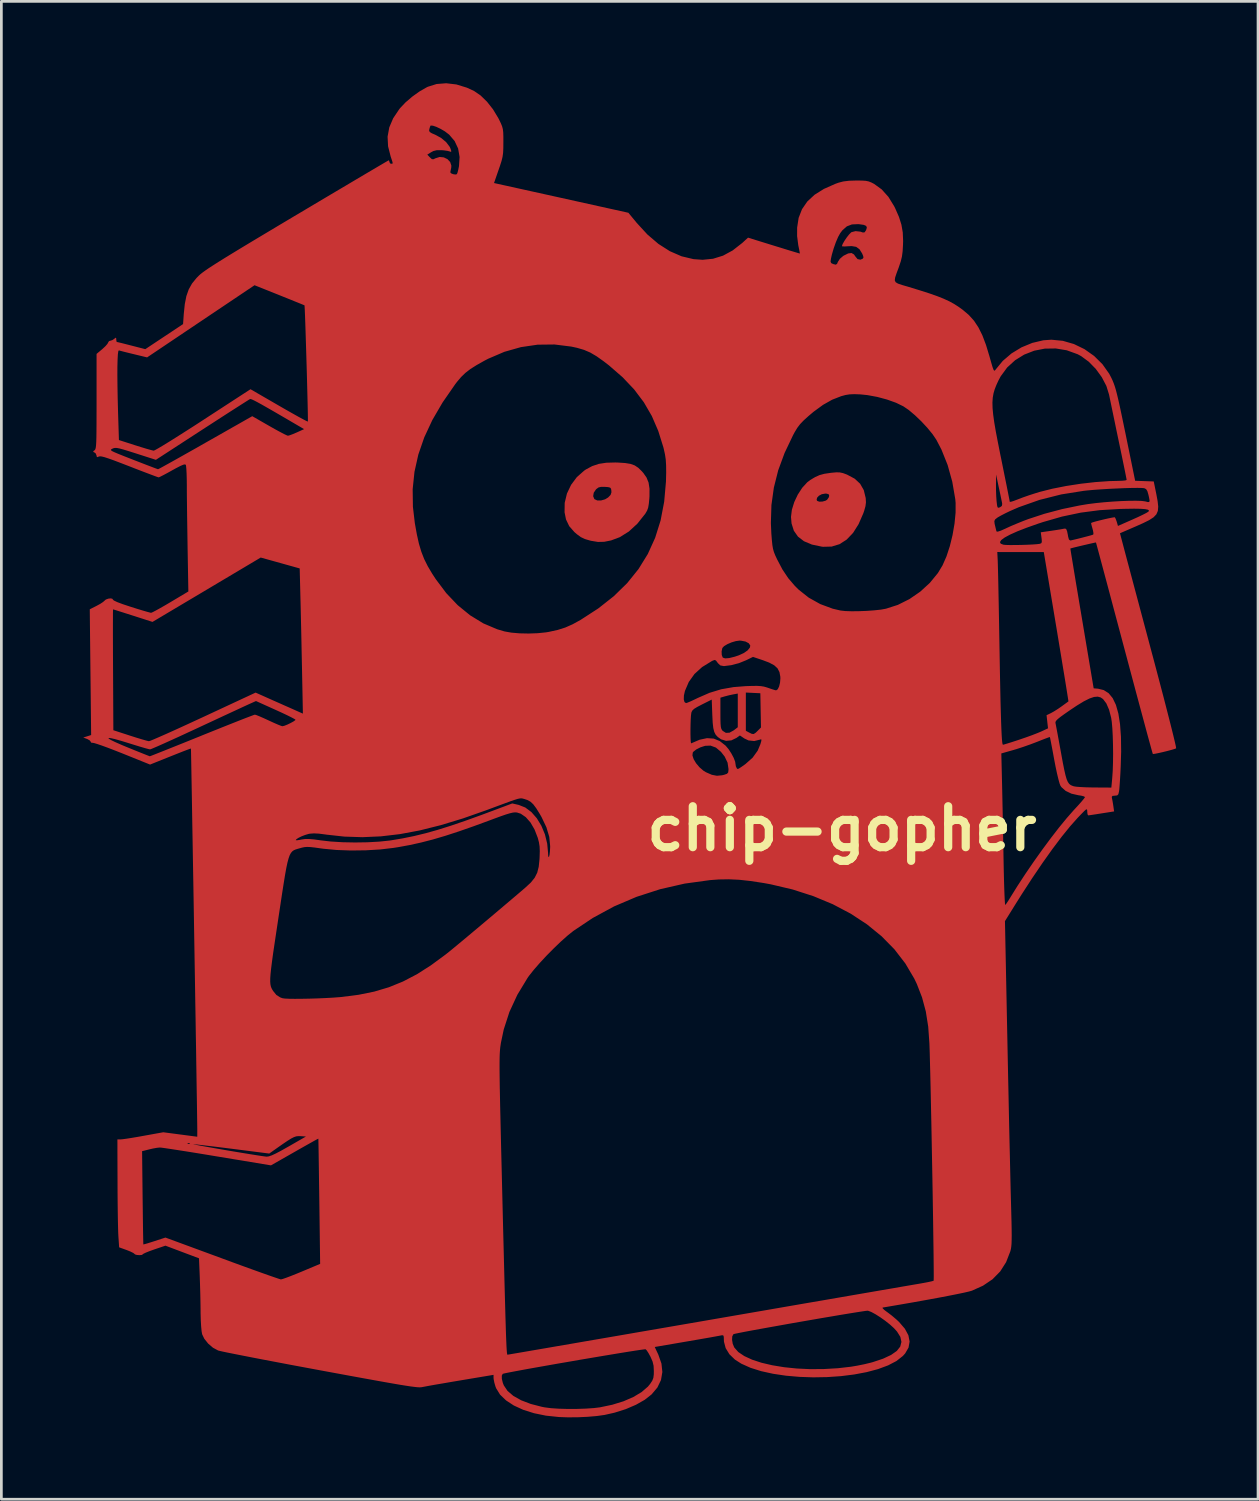
<source format=kicad_pcb>
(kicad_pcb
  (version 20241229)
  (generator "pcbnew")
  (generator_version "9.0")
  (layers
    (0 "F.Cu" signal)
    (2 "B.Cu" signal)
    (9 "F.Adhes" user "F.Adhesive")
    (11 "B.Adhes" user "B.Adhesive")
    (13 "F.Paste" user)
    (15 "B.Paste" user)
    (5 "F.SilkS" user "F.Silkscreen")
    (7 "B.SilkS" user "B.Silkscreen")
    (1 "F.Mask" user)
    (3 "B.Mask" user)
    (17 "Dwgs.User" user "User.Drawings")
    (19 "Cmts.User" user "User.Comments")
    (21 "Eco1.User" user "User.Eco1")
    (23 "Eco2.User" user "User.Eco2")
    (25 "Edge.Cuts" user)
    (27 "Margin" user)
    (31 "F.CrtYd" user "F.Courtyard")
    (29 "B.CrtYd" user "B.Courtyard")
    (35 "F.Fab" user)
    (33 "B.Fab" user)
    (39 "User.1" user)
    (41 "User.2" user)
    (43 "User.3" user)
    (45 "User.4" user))
  (footprint "chip-gopher"
    (layer "F.Cu")
    (at 27.796 27.31)
    (property "Reference" "chip-gopher" (at 0 0 0) (layer "F.SilkS") (effects (font (size 1.5 1.5) (thickness 0.3))))
    (attr board_only exclude_from_pos_files exclude_from_bom)
    (fp_poly (pts (xy -0.079 -13.052) (xy 0.038 -13.027) (xy 0.179 -12.975) (xy 0.188 -12.971) (xy 0.463 -12.825) (xy 0.666 -12.638) (xy 0.8 -12.404) (xy 0.87 -12.117) (xy 0.872 -12.099) (xy 0.88 -11.955) (xy 0.863 -11.817) (xy 0.817 -11.651) (xy 0.784 -11.555) (xy 0.611 -11.158) (xy 0.408 -10.836) (xy 0.174 -10.591) (xy -0.087 -10.423) (xy -0.376 -10.335) (xy -0.691 -10.327) (xy -0.741 -10.333) (xy -1.101 -10.409) (xy -1.391 -10.531) (xy -1.611 -10.7) (xy -1.762 -10.916) (xy -1.846 -11.183) (xy -1.866 -11.421) (xy -1.834 -11.683) (xy -1.747 -11.963) (xy -1.709 -12.045) (xy -0.927 -12.045) (xy -0.905 -12.007) (xy -0.829 -11.98) (xy -0.714 -11.984) (xy -0.601 -12.015) (xy -0.544 -12.049) (xy -0.483 -12.135) (xy -0.466 -12.198) (xy -0.486 -12.252) (xy -0.559 -12.274) (xy -0.615 -12.276) (xy -0.739 -12.253) (xy -0.844 -12.197) (xy -0.912 -12.122) (xy -0.927 -12.045) (xy -1.709 -12.045) (xy -1.617 -12.239) (xy -1.455 -12.489) (xy -1.272 -12.689) (xy -1.162 -12.774) (xy -0.98 -12.882) (xy -0.819 -12.954) (xy -0.644 -13.001) (xy -0.424 -13.034) (xy -0.383 -13.039) (xy -0.207 -13.055)) (stroke (width 0) (type solid)) (fill yes) (layer "F.Cu"))
    (fp_poly (pts (xy -8.206 -13.413) (xy -7.944 -13.396) (xy -7.746 -13.364) (xy -7.591 -13.308) (xy -7.458 -13.219) (xy -7.326 -13.089) (xy -7.278 -13.034) (xy -7.159 -12.865) (xy -7.084 -12.679) (xy -7.05 -12.457) (xy -7.051 -12.179) (xy -7.056 -12.099) (xy -7.075 -11.901) (xy -7.099 -11.761) (xy -7.137 -11.654) (xy -7.195 -11.554) (xy -7.209 -11.533) (xy -7.496 -11.172) (xy -7.808 -10.886) (xy -8.14 -10.679) (xy -8.458 -10.56) (xy -8.712 -10.51) (xy -8.939 -10.505) (xy -9.184 -10.545) (xy -9.223 -10.554) (xy -9.414 -10.61) (xy -9.565 -10.681) (xy -9.711 -10.788) (xy -9.802 -10.867) (xy -9.991 -11.082) (xy -10.109 -11.328) (xy -10.162 -11.592) (xy -10.157 -11.937) (xy -10.098 -12.181) (xy -9.114 -12.181) (xy -9.071 -12.077) (xy -9.066 -12.072) (xy -8.965 -12.025) (xy -8.826 -12.024) (xy -8.678 -12.066) (xy -8.567 -12.133) (xy -8.476 -12.227) (xy -8.445 -12.32) (xy -8.447 -12.377) (xy -8.459 -12.454) (xy -8.493 -12.495) (xy -8.57 -12.514) (xy -8.682 -12.522) (xy -8.824 -12.523) (xy -8.917 -12.501) (xy -8.994 -12.445) (xy -9.011 -12.429) (xy -9.093 -12.307) (xy -9.114 -12.181) (xy -10.098 -12.181) (xy -10.075 -12.277) (xy -9.923 -12.597) (xy -9.71 -12.882) (xy -9.442 -13.118) (xy -9.38 -13.16) (xy -9.149 -13.284) (xy -8.907 -13.365) (xy -8.631 -13.407) (xy -8.301 -13.416)) (stroke (width 0) (type solid)) (fill yes) (layer "F.Cu"))
    (fp_poly (pts (xy -14.126 -27.266) (xy -13.743 -27.149) (xy -13.474 -27.024) (xy -13.238 -26.862) (xy -13.002 -26.632) (xy -12.782 -26.352) (xy -12.592 -26.038) (xy -12.56 -25.976) (xy -12.494 -25.839) (xy -12.45 -25.731) (xy -12.423 -25.629) (xy -12.409 -25.509) (xy -12.404 -25.348) (xy -12.404 -25.148) (xy -12.406 -24.925) (xy -12.414 -24.756) (xy -12.434 -24.613) (xy -12.47 -24.466) (xy -12.527 -24.286) (xy -12.576 -24.145) (xy -12.746 -23.654) (xy -10.285 -23.11) (xy -7.824 -22.565) (xy -7.516 -22.192) (xy -7.127 -21.769) (xy -6.722 -21.423) (xy -6.304 -21.157) (xy -5.875 -20.97) (xy -5.439 -20.866) (xy -5.104 -20.842) (xy -4.722 -20.88) (xy -4.357 -20.993) (xy -4.004 -21.184) (xy -3.654 -21.457) (xy -3.618 -21.49) (xy -3.44 -21.653) (xy -2.494 -21.36) (xy -2.226 -21.278) (xy -1.988 -21.204) (xy -1.789 -21.144) (xy -1.642 -21.1) (xy -1.558 -21.075) (xy -1.542 -21.071) (xy -1.547 -21.111) (xy -1.566 -21.213) (xy -1.595 -21.355) (xy -1.599 -21.372) (xy -1.642 -21.71) (xy -1.641 -22.021) (xy -1.586 -22.379) (xy -1.462 -22.697) (xy -1.268 -22.978) (xy -1.002 -23.225) (xy -0.66 -23.439) (xy -0.24 -23.625) (xy -0.127 -23.666) (xy 0.05 -23.712) (xy 0.261 -23.738) (xy 0.53 -23.746) (xy 0.731 -23.744) (xy 0.873 -23.735) (xy 0.98 -23.713) (xy 1.079 -23.674) (xy 1.181 -23.621) (xy 1.457 -23.421) (xy 1.704 -23.146) (xy 1.916 -22.8) (xy 1.95 -22.732) (xy 2.09 -22.413) (xy 2.18 -22.127) (xy 2.229 -21.844) (xy 2.242 -21.533) (xy 2.238 -21.393) (xy 2.224 -21.154) (xy 2.199 -20.962) (xy 2.155 -20.781) (xy 2.085 -20.573) (xy 2.083 -20.566) (xy 2.001 -20.347) (xy 1.95 -20.194) (xy 1.936 -20.09) (xy 1.968 -20.021) (xy 2.054 -19.969) (xy 2.202 -19.919) (xy 2.42 -19.856) (xy 2.446 -19.848) (xy 2.86 -19.721) (xy 3.203 -19.611) (xy 3.488 -19.511) (xy 3.726 -19.416) (xy 3.929 -19.323) (xy 4.108 -19.225) (xy 4.275 -19.118) (xy 4.431 -19.005) (xy 4.651 -18.818) (xy 4.839 -18.609) (xy 5.001 -18.364) (xy 5.146 -18.073) (xy 5.279 -17.721) (xy 5.407 -17.298) (xy 5.41 -17.288) (xy 5.473 -17.064) (xy 5.518 -16.912) (xy 5.551 -16.821) (xy 5.577 -16.781) (xy 5.6 -16.782) (xy 5.626 -16.812) (xy 5.635 -16.825) (xy 5.894 -17.139) (xy 6.214 -17.412) (xy 6.579 -17.634) (xy 6.974 -17.797) (xy 7.38 -17.893) (xy 7.675 -17.914) (xy 8.093 -17.873) (xy 8.501 -17.755) (xy 8.887 -17.568) (xy 9.239 -17.319) (xy 9.544 -17.017) (xy 9.791 -16.669) (xy 9.871 -16.516) (xy 9.916 -16.419) (xy 9.957 -16.319) (xy 9.996 -16.208) (xy 10.036 -16.076) (xy 10.078 -15.914) (xy 10.126 -15.713) (xy 10.182 -15.464) (xy 10.247 -15.157) (xy 10.325 -14.783) (xy 10.394 -14.451) (xy 10.743 -12.746) (xy 11.084 -12.733) (xy 11.424 -12.721) (xy 11.519 -12.255) (xy 11.566 -12) (xy 11.588 -11.8) (xy 11.575 -11.643) (xy 11.521 -11.517) (xy 11.418 -11.408) (xy 11.257 -11.304) (xy 11.031 -11.192) (xy 10.798 -11.088) (xy 10.187 -10.823) (xy 10.351 -10.203) (xy 10.388 -10.063) (xy 10.445 -9.849) (xy 10.52 -9.569) (xy 10.61 -9.23) (xy 10.714 -8.84) (xy 10.83 -8.406) (xy 10.955 -7.937) (xy 11.088 -7.44) (xy 11.226 -6.923) (xy 11.367 -6.393) (xy 11.399 -6.276) (xy 11.535 -5.763) (xy 11.664 -5.273) (xy 11.785 -4.814) (xy 11.894 -4.39) (xy 11.992 -4.009) (xy 12.076 -3.676) (xy 12.145 -3.398) (xy 12.197 -3.181) (xy 12.231 -3.03) (xy 12.245 -2.952) (xy 12.244 -2.943) (xy 12.185 -2.919) (xy 12.069 -2.885) (xy 11.918 -2.845) (xy 11.755 -2.805) (xy 11.6 -2.77) (xy 11.475 -2.745) (xy 11.401 -2.735) (xy 11.391 -2.737) (xy 11.377 -2.78) (xy 11.343 -2.899) (xy 11.291 -3.089) (xy 11.221 -3.343) (xy 11.136 -3.657) (xy 11.037 -4.025) (xy 10.925 -4.44) (xy 10.802 -4.897) (xy 10.67 -5.391) (xy 10.53 -5.915) (xy 10.383 -6.465) (xy 10.343 -6.615) (xy 10.195 -7.17) (xy 10.053 -7.701) (xy 9.919 -8.203) (xy 9.795 -8.67) (xy 9.681 -9.096) (xy 9.579 -9.476) (xy 9.491 -9.804) (xy 9.419 -10.074) (xy 9.363 -10.281) (xy 9.326 -10.419) (xy 9.308 -10.482) (xy 9.307 -10.485) (xy 9.267 -10.479) (xy 9.165 -10.457) (xy 9.021 -10.424) (xy 8.854 -10.385) (xy 8.686 -10.345) (xy 8.535 -10.309) (xy 8.423 -10.28) (xy 8.369 -10.264) (xy 8.375 -10.223) (xy 8.393 -10.106) (xy 8.424 -9.919) (xy 8.465 -9.67) (xy 8.515 -9.366) (xy 8.573 -9.014) (xy 8.639 -8.622) (xy 8.71 -8.196) (xy 8.786 -7.744) (xy 8.793 -7.702) (xy 9.223 -5.141) (xy 9.383 -5.128) (xy 9.592 -5.077) (xy 9.771 -4.963) (xy 9.919 -4.783) (xy 10.038 -4.536) (xy 10.128 -4.218) (xy 10.189 -3.829) (xy 10.223 -3.365) (xy 10.23 -2.824) (xy 10.214 -2.29) (xy 10.202 -2.032) (xy 10.188 -1.792) (xy 10.174 -1.589) (xy 10.162 -1.439) (xy 10.153 -1.368) (xy 10.128 -1.263) (xy 10.085 -1.218) (xy 9.999 -1.209) (xy 9.911 -1.2) (xy 9.886 -1.162) (xy 9.894 -1.113) (xy 9.914 -1.012) (xy 9.937 -0.873) (xy 9.944 -0.825) (xy 9.972 -0.632) (xy 9.513 -0.56) (xy 9.324 -0.53) (xy 9.166 -0.506) (xy 9.059 -0.491) (xy 9.021 -0.487) (xy 8.999 -0.525) (xy 8.988 -0.615) (xy 8.988 -0.625) (xy 8.985 -0.682) (xy 8.973 -0.709) (xy 8.941 -0.7) (xy 8.88 -0.647) (xy 8.78 -0.546) (xy 8.643 -0.403) (xy 8.363 -0.089) (xy 8.051 0.296) (xy 7.712 0.746) (xy 7.349 1.256) (xy 6.968 1.818) (xy 6.572 2.428) (xy 6.341 2.796) (xy 5.973 3.388) (xy 6.061 7.715) (xy 6.074 8.356) (xy 6.087 9.001) (xy 6.101 9.642) (xy 6.114 10.271) (xy 6.127 10.879) (xy 6.14 11.457) (xy 6.153 11.995) (xy 6.164 12.486) (xy 6.174 12.921) (xy 6.183 13.291) (xy 6.191 13.586) (xy 6.193 13.647) (xy 6.204 14.064) (xy 6.213 14.406) (xy 6.218 14.682) (xy 6.22 14.901) (xy 6.218 15.071) (xy 6.214 15.203) (xy 6.205 15.306) (xy 6.193 15.388) (xy 6.177 15.458) (xy 6.168 15.489) (xy 6.015 15.883) (xy 5.798 16.223) (xy 5.517 16.509) (xy 5.169 16.744) (xy 4.763 16.927) (xy 4.654 16.958) (xy 4.468 17.001) (xy 4.213 17.054) (xy 3.896 17.117) (xy 3.524 17.188) (xy 3.104 17.265) (xy 2.642 17.348) (xy 2.148 17.434) (xy 1.627 17.523) (xy 1.489 17.546) (xy 1.491 17.572) (xy 1.551 17.631) (xy 1.656 17.711) (xy 1.659 17.712) (xy 1.819 17.833) (xy 1.991 17.978) (xy 2.093 18.073) (xy 2.306 18.321) (xy 2.435 18.56) (xy 2.48 18.791) (xy 2.44 19.013) (xy 2.317 19.226) (xy 2.233 19.319) (xy 1.998 19.504) (xy 1.691 19.664) (xy 1.324 19.8) (xy 0.907 19.911) (xy 0.451 19.997) (xy -0.034 20.058) (xy -0.537 20.093) (xy -1.047 20.102) (xy -1.555 20.085) (xy -2.05 20.042) (xy -2.521 19.972) (xy -2.957 19.876) (xy -3.349 19.753) (xy -3.685 19.602) (xy -3.919 19.453) (xy -4.122 19.257) (xy -4.259 19.033) (xy -4.322 18.797) (xy -4.325 18.731) (xy -4.325 18.728) (xy -4.025 18.728) (xy -4.001 18.873) (xy -3.945 19.006) (xy -3.944 19.008) (xy -3.798 19.174) (xy -3.577 19.323) (xy -3.29 19.455) (xy -2.945 19.568) (xy -2.551 19.66) (xy -2.117 19.731) (xy -1.65 19.779) (xy -1.161 19.802) (xy -0.656 19.798) (xy -0.146 19.768) (xy 0.331 19.713) (xy 0.568 19.673) (xy 0.825 19.621) (xy 1.056 19.565) (xy 1.129 19.545) (xy 1.507 19.419) (xy 1.8 19.282) (xy 2.01 19.135) (xy 2.136 18.976) (xy 2.18 18.805) (xy 2.141 18.621) (xy 2.019 18.425) (xy 1.907 18.301) (xy 1.762 18.169) (xy 1.589 18.032) (xy 1.406 17.902) (xy 1.229 17.79) (xy 1.076 17.707) (xy 0.963 17.664) (xy 0.937 17.661) (xy 0.867 17.668) (xy 0.725 17.689) (xy 0.52 17.721) (xy 0.26 17.763) (xy -0.044 17.813) (xy -0.384 17.871) (xy -0.752 17.933) (xy -1.137 18) (xy -1.53 18.068) (xy -1.924 18.137) (xy -2.308 18.206) (xy -2.673 18.271) (xy -3.011 18.332) (xy -3.313 18.387) (xy -3.569 18.435) (xy -3.77 18.475) (xy -3.907 18.503) (xy -3.972 18.519) (xy -3.975 18.521) (xy -4.018 18.601) (xy -4.025 18.728) (xy -4.325 18.728) (xy -4.329 18.616) (xy -4.348 18.565) (xy -4.394 18.56) (xy -4.421 18.565) (xy -4.486 18.578) (xy -4.624 18.603) (xy -4.821 18.639) (xy -5.067 18.682) (xy -5.35 18.731) (xy -5.657 18.784) (xy -5.687 18.789) (xy -6.858 18.99) (xy -6.727 19.269) (xy -6.612 19.597) (xy -6.579 19.907) (xy -6.629 20.2) (xy -6.761 20.475) (xy -6.976 20.73) (xy -6.977 20.73) (xy -7.227 20.926) (xy -7.546 21.107) (xy -7.919 21.267) (xy -8.331 21.397) (xy -8.695 21.479) (xy -8.977 21.519) (xy -9.316 21.548) (xy -9.684 21.565) (xy -10.054 21.567) (xy -10.368 21.556) (xy -10.844 21.506) (xy -11.283 21.416) (xy -11.678 21.291) (xy -12.022 21.133) (xy -12.306 20.947) (xy -12.525 20.736) (xy -12.669 20.502) (xy -12.693 20.44) (xy -12.735 20.296) (xy -12.76 20.167) (xy -12.764 20.122) (xy -12.764 20.041) (xy -12.462 20.041) (xy -12.459 20.16) (xy -12.423 20.308) (xy -12.387 20.398) (xy -12.251 20.6) (xy -12.037 20.783) (xy -11.751 20.943) (xy -11.4 21.077) (xy -10.989 21.183) (xy -10.883 21.203) (xy -10.659 21.232) (xy -10.374 21.251) (xy -10.051 21.26) (xy -9.713 21.259) (xy -9.385 21.248) (xy -9.089 21.228) (xy -8.866 21.201) (xy -8.414 21.106) (xy -8.002 20.979) (xy -7.641 20.822) (xy -7.339 20.641) (xy -7.107 20.441) (xy -7.024 20.339) (xy -6.949 20.225) (xy -6.909 20.122) (xy -6.893 19.995) (xy -6.891 19.873) (xy -6.9 19.681) (xy -6.937 19.524) (xy -7.012 19.352) (xy -7.017 19.342) (xy -7.089 19.211) (xy -7.152 19.115) (xy -7.192 19.074) (xy -7.243 19.077) (xy -7.369 19.094) (xy -7.56 19.122) (xy -7.809 19.161) (xy -8.106 19.209) (xy -8.443 19.265) (xy -8.811 19.326) (xy -9.2 19.392) (xy -9.603 19.46) (xy -10.01 19.531) (xy -10.413 19.6) (xy -10.803 19.669) (xy -11.171 19.734) (xy -11.508 19.794) (xy -11.806 19.849) (xy -12.056 19.896) (xy -12.249 19.933) (xy -12.376 19.96) (xy -12.428 19.975) (xy -12.462 20.041) (xy -12.764 20.041) (xy -12.764 20.011) (xy -13.983 20.215) (xy -14.304 20.269) (xy -14.605 20.321) (xy -14.876 20.367) (xy -15.102 20.407) (xy -15.272 20.439) (xy -15.373 20.458) (xy -15.382 20.46) (xy -15.422 20.466) (xy -15.478 20.468) (xy -15.555 20.464) (xy -15.658 20.453) (xy -15.793 20.436) (xy -15.965 20.41) (xy -16.178 20.376) (xy -16.44 20.331) (xy -16.754 20.276) (xy -17.127 20.209) (xy -17.563 20.13) (xy -18.067 20.038) (xy -18.646 19.931) (xy -19.113 19.845) (xy -19.655 19.744) (xy -20.176 19.647) (xy -20.67 19.553) (xy -21.13 19.466) (xy -21.55 19.385) (xy -21.923 19.312) (xy -22.243 19.249) (xy -22.503 19.197) (xy -22.697 19.156) (xy -22.819 19.128) (xy -22.856 19.118) (xy -23.043 19.017) (xy -23.22 18.865) (xy -23.362 18.687) (xy -23.44 18.524) (xy -23.46 18.413) (xy -23.477 18.235) (xy -23.49 18.006) (xy -23.497 17.744) (xy -23.497 17.678) (xy -23.501 17.376) (xy -23.508 17.037) (xy -23.518 16.7) (xy -23.528 16.403) (xy -23.529 16.372) (xy -23.555 15.741) (xy -24.17 15.51) (xy -24.785 15.278) (xy -25.199 15.418) (xy -25.37 15.479) (xy -25.507 15.534) (xy -25.592 15.575) (xy -25.612 15.592) (xy -25.648 15.617) (xy -25.731 15.625) (xy -25.827 15.619) (xy -25.899 15.599) (xy -25.916 15.582) (xy -25.961 15.546) (xy -26.064 15.495) (xy -26.203 15.439) (xy -26.206 15.438) (xy -26.481 15.339) (xy -26.508 14.942) (xy -26.515 14.806) (xy -26.521 14.599) (xy -26.527 14.332) (xy -26.532 14.018) (xy -26.536 13.67) (xy -26.539 13.301) (xy -26.54 12.965) (xy -26.544 11.816) (xy -25.64 11.816) (xy -25.621 13.52) (xy -25.616 13.891) (xy -25.612 14.235) (xy -25.608 14.542) (xy -25.604 14.804) (xy -25.6 15.011) (xy -25.597 15.155) (xy -25.595 15.226) (xy -25.594 15.233) (xy -25.553 15.224) (xy -25.449 15.195) (xy -25.3 15.148) (xy -25.186 15.112) (xy -24.785 14.981) (xy -22.707 15.746) (xy -22.306 15.894) (xy -21.928 16.032) (xy -21.58 16.158) (xy -21.27 16.269) (xy -21.006 16.363) (xy -20.795 16.436) (xy -20.645 16.487) (xy -20.565 16.512) (xy -20.554 16.514) (xy -20.492 16.499) (xy -20.366 16.456) (xy -20.191 16.39) (xy -19.981 16.306) (xy -19.798 16.231) (xy -19.117 15.945) (xy -19.147 13.655) (xy -19.153 13.223) (xy -19.159 12.817) (xy -19.164 12.445) (xy -19.169 12.115) (xy -19.173 11.835) (xy -19.177 11.612) (xy -19.18 11.455) (xy -19.182 11.37) (xy -19.183 11.357) (xy -19.22 11.375) (xy -19.32 11.429) (xy -19.473 11.515) (xy -19.669 11.625) (xy -19.897 11.754) (xy -20.053 11.843) (xy -20.918 12.336) (xy -22.894 12.009) (xy -23.297 11.942) (xy -23.677 11.88) (xy -24.025 11.824) (xy -24.334 11.776) (xy -24.593 11.736) (xy -24.795 11.706) (xy -24.93 11.687) (xy -24.988 11.682) (xy -25.093 11.692) (xy -25.242 11.719) (xy -25.373 11.749) (xy -25.64 11.816) (xy -26.544 11.816) (xy -26.544 11.559) (xy -23.767 11.559) (xy -23.743 11.567) (xy -23.647 11.587) (xy -23.49 11.617) (xy -23.284 11.654) (xy -23.041 11.697) (xy -22.772 11.744) (xy -22.488 11.793) (xy -22.202 11.841) (xy -21.924 11.887) (xy -21.667 11.929) (xy -21.442 11.965) (xy -21.26 11.993) (xy -21.134 12.011) (xy -21.077 12.017) (xy -21 12.007) (xy -20.893 11.971) (xy -20.747 11.904) (xy -20.551 11.801) (xy -20.294 11.656) (xy -20.284 11.651) (xy -19.637 11.279) (xy -19.832 11.266) (xy -19.916 11.264) (xy -19.993 11.273) (xy -20.076 11.301) (xy -20.179 11.353) (xy -20.313 11.437) (xy -20.492 11.558) (xy -20.69 11.697) (xy -20.982 11.903) (xy -22.354 11.728) (xy -22.686 11.686) (xy -22.992 11.648) (xy -23.261 11.616) (xy -23.483 11.589) (xy -23.648 11.57) (xy -23.746 11.56) (xy -23.767 11.559) (xy -26.544 11.559) (xy -26.544 11.545) (xy -23.982 11.545) (xy -23.941 11.552) (xy -23.886 11.544) (xy -23.885 11.529) (xy -23.942 11.519) (xy -23.966 11.526) (xy -23.982 11.545) (xy -26.544 11.545) (xy -26.545 11.385) (xy -26.43 11.385) (xy -26.351 11.378) (xy -26.205 11.358) (xy -26.008 11.327) (xy -25.778 11.288) (xy -25.589 11.254) (xy -24.864 11.123) (xy -24.241 11.205) (xy -23.619 11.287) (xy -23.618 11.092) (xy -23.618 11.021) (xy -23.62 10.872) (xy -23.623 10.651) (xy -23.627 10.363) (xy -23.632 10.014) (xy -23.639 9.609) (xy -23.646 9.154) (xy -23.653 8.7) (xy -12.544 8.7) (xy -12.543 8.909) (xy -12.54 9.159) (xy -12.536 9.453) (xy -12.529 9.798) (xy -12.521 10.197) (xy -12.51 10.657) (xy -12.498 11.182) (xy -12.484 11.778) (xy -12.467 12.449) (xy -12.452 13.06) (xy -12.431 13.914) (xy -12.412 14.687) (xy -12.394 15.383) (xy -12.378 16.007) (xy -12.364 16.561) (xy -12.351 17.05) (xy -12.339 17.477) (xy -12.329 17.848) (xy -12.319 18.165) (xy -12.311 18.433) (xy -12.303 18.655) (xy -12.295 18.836) (xy -12.289 18.98) (xy -12.282 19.09) (xy -12.276 19.17) (xy -12.27 19.224) (xy -12.264 19.256) (xy -12.258 19.271) (xy -12.255 19.273) (xy -12.21 19.266) (xy -12.087 19.245) (xy -11.888 19.211) (xy -11.619 19.165) (xy -11.283 19.107) (xy -10.885 19.039) (xy -10.429 18.96) (xy -9.92 18.873) (xy -9.361 18.776) (xy -8.756 18.672) (xy -8.111 18.561) (xy -7.43 18.443) (xy -6.716 18.32) (xy -5.974 18.192) (xy -5.208 18.06) (xy -4.978 18.02) (xy -4.198 17.885) (xy -3.434 17.753) (xy -2.693 17.625) (xy -1.978 17.501) (xy -1.295 17.383) (xy -0.647 17.272) (xy -0.041 17.167) (xy 0.521 17.07) (xy 1.032 16.982) (xy 1.489 16.903) (xy 1.886 16.835) (xy 2.219 16.777) (xy 2.483 16.732) (xy 2.674 16.699) (xy 2.787 16.68) (xy 2.799 16.678) (xy 3.002 16.642) (xy 3.174 16.609) (xy 3.298 16.581) (xy 3.358 16.563) (xy 3.36 16.562) (xy 3.362 16.517) (xy 3.364 16.395) (xy 3.363 16.201) (xy 3.361 15.943) (xy 3.358 15.627) (xy 3.353 15.259) (xy 3.347 14.848) (xy 3.341 14.399) (xy 3.333 13.919) (xy 3.325 13.416) (xy 3.316 12.895) (xy 3.306 12.363) (xy 3.296 11.828) (xy 3.286 11.295) (xy 3.276 10.773) (xy 3.265 10.266) (xy 3.255 9.784) (xy 3.245 9.331) (xy 3.235 8.914) (xy 3.225 8.542) (xy 3.217 8.219) (xy 3.208 7.954) (xy 3.205 7.866) (xy 3.161 7.252) (xy 3.073 6.696) (xy 2.935 6.182) (xy 2.746 5.694) (xy 2.649 5.491) (xy 2.322 4.937) (xy 1.922 4.419) (xy 1.452 3.941) (xy 0.917 3.505) (xy 0.319 3.113) (xy -0.336 2.768) (xy -1.045 2.473) (xy -1.803 2.229) (xy -2.608 2.039) (xy -2.876 1.99) (xy -3.347 1.918) (xy -3.761 1.873) (xy -4.142 1.855) (xy -4.512 1.861) (xy -4.834 1.885) (xy -5.763 2.013) (xy -6.66 2.218) (xy -7.523 2.497) (xy -8.347 2.848) (xy -9.129 3.272) (xy -9.838 3.746) (xy -10.05 3.916) (xy -10.295 4.134) (xy -10.557 4.385) (xy -10.82 4.651) (xy -11.069 4.919) (xy -11.289 5.171) (xy -11.465 5.393) (xy -11.519 5.47) (xy -11.892 6.087) (xy -12.182 6.714) (xy -12.39 7.356) (xy -12.494 7.848) (xy -12.505 7.922) (xy -12.516 7.995) (xy -12.524 8.072) (xy -12.531 8.159) (xy -12.537 8.26) (xy -12.541 8.38) (xy -12.543 8.525) (xy -12.544 8.7) (xy -23.653 8.7) (xy -23.654 8.653) (xy -23.662 8.112) (xy -23.672 7.538) (xy -23.681 6.934) (xy -23.692 6.306) (xy -23.702 5.661) (xy -23.703 5.605) (xy -20.946 5.605) (xy -20.939 5.701) (xy -20.923 5.778) (xy -20.9 5.841) (xy -20.869 5.899) (xy -20.838 5.948) (xy -20.722 6.091) (xy -20.583 6.18) (xy -20.502 6.211) (xy -20.416 6.224) (xy -20.259 6.232) (xy -20.046 6.235) (xy -19.792 6.233) (xy -19.51 6.228) (xy -19.215 6.219) (xy -18.921 6.206) (xy -18.644 6.191) (xy -18.396 6.172) (xy -18.34 6.167) (xy -17.712 6.087) (xy -17.136 5.97) (xy -16.598 5.81) (xy -16.082 5.6) (xy -15.574 5.335) (xy -15.06 5.008) (xy -14.525 4.614) (xy -14.391 4.508) (xy -14.266 4.406) (xy -14.085 4.256) (xy -13.858 4.068) (xy -13.594 3.847) (xy -13.303 3.603) (xy -12.994 3.343) (xy -12.676 3.075) (xy -12.358 2.806) (xy -12.05 2.545) (xy -11.762 2.3) (xy -11.6 2.161) (xy -11.398 1.974) (xy -11.257 1.799) (xy -11.163 1.612) (xy -11.108 1.392) (xy -11.08 1.116) (xy -11.077 1.054) (xy -11.07 0.826) (xy -11.077 0.652) (xy -11.101 0.499) (xy -11.143 0.337) (xy -11.145 0.332) (xy -11.262 0.03) (xy -11.409 -0.224) (xy -11.581 -0.42) (xy -11.767 -0.548) (xy -11.905 -0.592) (xy -11.973 -0.597) (xy -12.057 -0.589) (xy -12.167 -0.563) (xy -12.317 -0.518) (xy -12.517 -0.448) (xy -12.781 -0.351) (xy -12.871 -0.317) (xy -13.484 -0.092) (xy -14.033 0.1) (xy -14.53 0.262) (xy -14.988 0.397) (xy -15.419 0.508) (xy -15.835 0.6) (xy -16.248 0.676) (xy -16.432 0.705) (xy -16.917 0.762) (xy -17.446 0.793) (xy -17.988 0.8) (xy -18.514 0.781) (xy -18.994 0.736) (xy -19.084 0.724) (xy -19.31 0.692) (xy -19.473 0.674) (xy -19.593 0.669) (xy -19.69 0.676) (xy -19.785 0.696) (xy -19.849 0.714) (xy -19.939 0.739) (xy -20.016 0.763) (xy -20.081 0.791) (xy -20.138 0.832) (xy -20.187 0.89) (xy -20.232 0.973) (xy -20.273 1.088) (xy -20.314 1.241) (xy -20.356 1.438) (xy -20.401 1.687) (xy -20.451 1.994) (xy -20.509 2.365) (xy -20.576 2.808) (xy -20.645 3.265) (xy -20.722 3.777) (xy -20.787 4.211) (xy -20.841 4.576) (xy -20.882 4.879) (xy -20.913 5.126) (xy -20.934 5.324) (xy -20.945 5.482) (xy -20.946 5.605) (xy -23.703 5.605) (xy -23.713 5.002) (xy -23.724 4.336) (xy -23.735 3.668) (xy -23.746 3.003) (xy -23.757 2.347) (xy -23.768 1.705) (xy -23.779 1.083) (xy -23.789 0.486) (xy -23.79 0.421) (xy -20.01 0.421) (xy -20.008 0.423) (xy -19.961 0.425) (xy -19.859 0.41) (xy -19.79 0.396) (xy -19.669 0.379) (xy -19.527 0.378) (xy -19.342 0.394) (xy -19.095 0.428) (xy -19.091 0.429) (xy -18.722 0.471) (xy -18.297 0.497) (xy -17.842 0.506) (xy -17.384 0.499) (xy -16.951 0.475) (xy -16.568 0.435) (xy -16.516 0.427) (xy -16.098 0.357) (xy -15.682 0.272) (xy -15.258 0.169) (xy -14.812 0.044) (xy -14.331 -0.107) (xy -13.803 -0.287) (xy -13.215 -0.499) (xy -13.046 -0.562) (xy -12.078 -0.924) (xy -11.841 -0.87) (xy -11.601 -0.775) (xy -11.377 -0.608) (xy -11.178 -0.38) (xy -11.01 -0.103) (xy -10.881 0.21) (xy -10.798 0.548) (xy -10.768 0.869) (xy -10.761 0.994) (xy -10.748 1.044) (xy -10.731 1.029) (xy -10.713 0.958) (xy -10.699 0.841) (xy -10.69 0.687) (xy -10.69 0.636) (xy -10.722 0.302) (xy -10.827 -0.05) (xy -11.006 -0.427) (xy -11.072 -0.542) (xy -11.201 -0.749) (xy -11.309 -0.893) (xy -11.411 -0.988) (xy -11.522 -1.049) (xy -11.618 -1.081) (xy -11.669 -1.096) (xy -11.711 -1.107) (xy -11.755 -1.111) (xy -11.809 -1.106) (xy -11.882 -1.09) (xy -11.985 -1.058) (xy -12.126 -1.01) (xy -12.315 -0.941) (xy -12.561 -0.85) (xy -12.873 -0.734) (xy -13.018 -0.68) (xy -13.885 -0.375) (xy -14.698 -0.128) (xy -15.465 0.064) (xy -16.194 0.2) (xy -16.892 0.282) (xy -17.568 0.312) (xy -18.229 0.291) (xy -18.883 0.219) (xy -18.924 0.213) (xy -19.164 0.182) (xy -19.345 0.173) (xy -19.492 0.184) (xy -19.541 0.193) (xy -19.663 0.229) (xy -19.793 0.279) (xy -19.908 0.335) (xy -19.987 0.386) (xy -20.01 0.421) (xy -23.79 0.421) (xy -23.799 -0.082) (xy -23.808 -0.613) (xy -23.816 -1.104) (xy -23.824 -1.548) (xy -23.831 -1.94) (xy -23.837 -2.275) (xy -23.842 -2.547) (xy -23.845 -2.682) (xy -5.477 -2.682) (xy -5.432 -2.545) (xy -5.342 -2.395) (xy -5.219 -2.249) (xy -5.074 -2.124) (xy -4.983 -2.068) (xy -4.768 -1.974) (xy -4.581 -1.938) (xy -4.389 -1.956) (xy -4.315 -1.974) (xy -4.212 -2.01) (xy -4.167 -2.06) (xy -4.156 -2.156) (xy -4.156 -2.187) (xy -4.19 -2.419) (xy -4.296 -2.641) (xy -4.431 -2.814) (xy -4.616 -2.97) (xy -4.814 -3.043) (xy -5.012 -3.035) (xy -5.183 -2.98) (xy -5.334 -2.904) (xy -5.44 -2.821) (xy -5.465 -2.787) (xy -5.477 -2.682) (xy -23.845 -2.682) (xy -23.846 -2.752) (xy -23.849 -2.883) (xy -23.851 -2.935) (xy -23.851 -2.936) (xy -23.891 -2.924) (xy -23.997 -2.885) (xy -24.157 -2.824) (xy -24.359 -2.744) (xy -24.59 -2.652) (xy -24.603 -2.647) (xy -25.348 -2.348) (xy -26.36 -2.756) (xy -26.637 -2.865) (xy -26.891 -2.963) (xy -27.111 -3.043) (xy -27.284 -3.102) (xy -27.401 -3.137) (xy -27.446 -3.144) (xy -27.508 -3.152) (xy -27.52 -3.18) (xy -27.556 -3.231) (xy -27.644 -3.282) (xy -27.658 -3.287) (xy -27.752 -3.323) (xy -26.867 -3.323) (xy -26.866 -3.301) (xy -26.785 -3.25) (xy -26.625 -3.172) (xy -26.385 -3.066) (xy -26.18 -2.981) (xy -25.937 -2.882) (xy -25.721 -2.795) (xy -25.546 -2.725) (xy -25.421 -2.676) (xy -25.361 -2.653) (xy -25.357 -2.652) (xy -25.314 -2.667) (xy -25.201 -2.711) (xy -25.025 -2.781) (xy -24.793 -2.873) (xy -24.513 -2.985) (xy -24.193 -3.113) (xy -23.841 -3.255) (xy -23.464 -3.407) (xy -23.449 -3.414) (xy -23.071 -3.566) (xy -22.901 -3.634) (xy -5.549 -3.634) (xy -5.549 -3.453) (xy -5.545 -3.295) (xy -5.538 -3.181) (xy -5.527 -3.127) (xy -5.523 -3.126) (xy -5.215 -3.258) (xy -4.943 -3.316) (xy -4.698 -3.3) (xy -4.474 -3.208) (xy -4.262 -3.042) (xy -4.262 -3.041) (xy -4.155 -2.915) (xy -4.052 -2.757) (xy -3.966 -2.595) (xy -3.912 -2.454) (xy -3.902 -2.389) (xy -3.886 -2.284) (xy -3.849 -2.206) (xy -3.816 -2.184) (xy -3.768 -2.207) (xy -3.673 -2.269) (xy -3.549 -2.357) (xy -3.535 -2.367) (xy -3.272 -2.601) (xy -3.16 -2.756) (xy 5.84 -2.756) (xy 5.867 -1.633) (xy 5.874 -1.317) (xy 5.882 -0.936) (xy 5.891 -0.509) (xy 5.9 -0.055) (xy 5.908 0.406) (xy 5.917 0.854) (xy 5.922 1.154) (xy 5.929 1.519) (xy 5.937 1.855) (xy 5.946 2.154) (xy 5.955 2.406) (xy 5.964 2.603) (xy 5.973 2.735) (xy 5.981 2.794) (xy 5.983 2.796) (xy 6.02 2.752) (xy 6.086 2.655) (xy 6.167 2.525) (xy 6.175 2.511) (xy 6.434 2.095) (xy 6.721 1.657) (xy 7.026 1.211) (xy 7.339 0.771) (xy 7.651 0.35) (xy 7.952 -0.039) (xy 8.233 -0.382) (xy 8.483 -0.667) (xy 8.519 -0.706) (xy 8.662 -0.861) (xy 8.781 -0.995) (xy 8.865 -1.097) (xy 8.904 -1.152) (xy 8.905 -1.157) (xy 8.866 -1.183) (xy 8.767 -1.209) (xy 8.661 -1.225) (xy 8.41 -1.282) (xy 8.198 -1.383) (xy 8.043 -1.52) (xy 8.006 -1.573) (xy 7.973 -1.658) (xy 7.931 -1.811) (xy 7.881 -2.019) (xy 7.828 -2.267) (xy 7.778 -2.526) (xy 7.732 -2.779) (xy 7.69 -3.001) (xy 7.656 -3.179) (xy 7.631 -3.302) (xy 7.619 -3.356) (xy 7.619 -3.357) (xy 7.578 -3.346) (xy 7.475 -3.308) (xy 7.325 -3.251) (xy 7.15 -3.181) (xy 6.91 -3.09) (xy 6.641 -2.995) (xy 6.386 -2.912) (xy 6.266 -2.877) (xy 5.84 -2.756) (xy -3.16 -2.756) (xy -3.086 -2.859) (xy -2.987 -3.096) (xy -2.954 -3.213) (xy -2.949 -3.266) (xy -2.972 -3.273) (xy -3.001 -3.262) (xy -3.213 -3.21) (xy -3.424 -3.233) (xy -3.576 -3.305) (xy -3.738 -3.415) (xy -3.864 -3.325) (xy -4.051 -3.235) (xy -4.245 -3.217) (xy -4.423 -3.272) (xy -4.44 -3.282) (xy -4.547 -3.358) (xy -4.624 -3.44) (xy -4.678 -3.545) (xy -4.713 -3.686) (xy -4.735 -3.881) (xy -4.748 -4.144) (xy -4.749 -4.165) (xy -4.77 -4.729) (xy -5.131 -4.548) (xy -5.304 -4.458) (xy -5.415 -4.39) (xy -5.479 -4.33) (xy -5.511 -4.269) (xy -5.518 -4.24) (xy -5.531 -4.144) (xy -5.54 -3.998) (xy -5.546 -3.822) (xy -5.549 -3.634) (xy -22.901 -3.634) (xy -22.715 -3.709) (xy -22.39 -3.838) (xy -22.105 -3.951) (xy -21.866 -4.045) (xy -21.681 -4.115) (xy -21.56 -4.161) (xy -21.508 -4.177) (xy -21.508 -4.177) (xy -21.449 -4.16) (xy -21.332 -4.113) (xy -21.173 -4.043) (xy -21.003 -3.965) (xy -20.821 -3.881) (xy -20.665 -3.813) (xy -20.552 -3.768) (xy -20.5 -3.753) (xy -20.427 -3.77) (xy -20.318 -3.813) (xy -20.199 -3.87) (xy -20.095 -3.927) (xy -20.03 -3.974) (xy -20.02 -3.992) (xy -20.061 -4.02) (xy -20.166 -4.076) (xy -20.324 -4.155) (xy -20.523 -4.249) (xy -20.749 -4.352) (xy -21.467 -4.676) (xy -21.684 -4.579) (xy -21.768 -4.541) (xy -21.92 -4.471) (xy -22.131 -4.373) (xy -22.39 -4.253) (xy -22.69 -4.114) (xy -23.022 -3.959) (xy -23.375 -3.795) (xy -23.593 -3.693) (xy -23.948 -3.529) (xy -24.28 -3.375) (xy -24.582 -3.238) (xy -24.845 -3.119) (xy -25.061 -3.023) (xy -25.223 -2.953) (xy -25.321 -2.913) (xy -25.348 -2.905) (xy -25.408 -2.917) (xy -25.534 -2.951) (xy -25.711 -3.003) (xy -25.923 -3.068) (xy -26.087 -3.119) (xy -26.399 -3.215) (xy -26.633 -3.281) (xy -26.789 -3.317) (xy -26.867 -3.323) (xy -27.752 -3.323) (xy -27.796 -3.339) (xy -27.651 -3.384) (xy -27.507 -3.43) (xy -27.532 -5.733) (xy -27.551 -7.441) (xy -26.709 -7.441) (xy -26.709 -7.139) (xy -26.708 -6.792) (xy -26.707 -6.407) (xy -26.705 -5.992) (xy -26.704 -5.821) (xy -26.693 -3.607) (xy -26.078 -3.407) (xy -25.859 -3.337) (xy -25.664 -3.278) (xy -25.509 -3.233) (xy -25.411 -3.208) (xy -25.388 -3.205) (xy -25.336 -3.221) (xy -25.215 -3.271) (xy -25.032 -3.35) (xy -24.795 -3.454) (xy -24.512 -3.581) (xy -24.191 -3.727) (xy -23.839 -3.889) (xy -23.464 -4.062) (xy -23.397 -4.093) (xy -21.481 -4.985) (xy -20.865 -4.71) (xy -20.63 -4.606) (xy -20.401 -4.504) (xy -20.199 -4.415) (xy -20.044 -4.346) (xy -19.998 -4.325) (xy -19.749 -4.215) (xy -19.759 -4.736) (xy -5.794 -4.736) (xy -5.768 -4.638) (xy -5.713 -4.6) (xy -5.655 -4.618) (xy -5.54 -4.666) (xy -5.388 -4.737) (xy -5.279 -4.79) (xy -5.258 -4.799) (xy -4.452 -4.799) (xy -4.452 -4.234) (xy -4.451 -4.001) (xy -4.446 -3.838) (xy -4.436 -3.728) (xy -4.418 -3.657) (xy -4.39 -3.608) (xy -4.368 -3.583) (xy -4.251 -3.51) (xy -4.119 -3.516) (xy -3.966 -3.601) (xy -3.958 -3.606) (xy -3.816 -3.715) (xy -3.816 -4.286) (xy -3.52 -4.286) (xy -3.52 -3.586) (xy -3.403 -3.523) (xy -3.301 -3.473) (xy -3.231 -3.468) (xy -3.159 -3.515) (xy -3.091 -3.581) (xy -2.966 -3.706) (xy -2.978 -4.334) (xy -2.989 -4.961) (xy -3.255 -4.974) (xy -3.52 -4.987) (xy -3.52 -4.286) (xy -3.816 -4.286) (xy -3.816 -4.332) (xy -3.816 -4.95) (xy -3.975 -4.921) (xy -4.131 -4.888) (xy -4.289 -4.847) (xy -4.293 -4.846) (xy -4.452 -4.799) (xy -5.258 -4.799) (xy -4.853 -4.976) (xy -4.424 -5.107) (xy -3.968 -5.187) (xy -3.52 -5.222) (xy -3.278 -5.23) (xy -3.1 -5.231) (xy -2.966 -5.222) (xy -2.855 -5.204) (xy -2.747 -5.173) (xy -2.697 -5.156) (xy -2.56 -5.109) (xy -2.456 -5.077) (xy -2.411 -5.067) (xy -2.353 -5.106) (xy -2.303 -5.206) (xy -2.268 -5.346) (xy -2.255 -5.502) (xy -2.257 -5.565) (xy -2.289 -5.737) (xy -2.36 -5.874) (xy -2.482 -5.986) (xy -2.667 -6.085) (xy -2.895 -6.171) (xy -3.259 -6.293) (xy -3.506 -6.172) (xy -3.77 -6.065) (xy -4.048 -5.991) (xy -4.304 -5.958) (xy -4.338 -5.958) (xy -4.456 -5.981) (xy -4.545 -6.065) (xy -4.556 -6.082) (xy -4.617 -6.162) (xy -4.668 -6.181) (xy -4.749 -6.149) (xy -4.768 -6.139) (xy -5.123 -5.92) (xy -5.402 -5.667) (xy -5.611 -5.374) (xy -5.752 -5.045) (xy -5.789 -4.879) (xy -5.794 -4.736) (xy -19.759 -4.736) (xy -19.781 -5.839) (xy -19.79 -6.259) (xy -19.795 -6.494) (xy -4.408 -6.494) (xy -4.403 -6.366) (xy -4.369 -6.274) (xy -4.363 -6.267) (xy -4.279 -6.238) (xy -4.131 -6.25) (xy -3.929 -6.3) (xy -3.777 -6.351) (xy -3.592 -6.436) (xy -3.453 -6.534) (xy -3.372 -6.634) (xy -3.358 -6.71) (xy -3.414 -6.793) (xy -3.533 -6.856) (xy -3.695 -6.887) (xy -3.753 -6.89) (xy -3.89 -6.871) (xy -4.047 -6.824) (xy -4.198 -6.759) (xy -4.319 -6.686) (xy -4.382 -6.618) (xy -4.382 -6.616) (xy -4.408 -6.494) (xy -19.795 -6.494) (xy -19.799 -6.7) (xy -19.808 -7.145) (xy -19.818 -7.575) (xy -19.827 -7.97) (xy -19.835 -8.311) (xy -19.84 -8.498) (xy -19.866 -9.534) (xy -20.58 -9.734) (xy -21.294 -9.933) (xy -23.276 -8.754) (xy -25.259 -7.575) (xy -25.976 -7.805) (xy -26.208 -7.879) (xy -26.409 -7.943) (xy -26.568 -7.993) (xy -26.671 -8.025) (xy -26.704 -8.035) (xy -26.706 -7.994) (xy -26.708 -7.876) (xy -26.708 -7.689) (xy -26.709 -7.441) (xy -27.551 -7.441) (xy -27.557 -8.037) (xy -27.308 -8.163) (xy -27.174 -8.236) (xy -27.071 -8.304) (xy -27.024 -8.346) (xy -26.965 -8.396) (xy -26.874 -8.428) (xy -26.783 -8.437) (xy -26.723 -8.419) (xy -26.715 -8.398) (xy -26.674 -8.359) (xy -26.552 -8.301) (xy -26.349 -8.225) (xy -26.063 -8.13) (xy -26.04 -8.123) (xy -25.812 -8.051) (xy -25.61 -7.99) (xy -25.449 -7.943) (xy -25.344 -7.915) (xy -25.311 -7.908) (xy -25.258 -7.929) (xy -25.146 -7.987) (xy -24.986 -8.075) (xy -24.792 -8.186) (xy -24.6 -8.299) (xy -23.945 -8.69) (xy -23.973 -10.278) (xy -23.979 -10.674) (xy -23.985 -11.075) (xy -23.991 -11.465) (xy -23.995 -11.829) (xy -23.999 -12.152) (xy -24.001 -12.417) (xy -24.001 -12.437) (xy -15.727 -12.437) (xy -15.718 -11.791) (xy -15.648 -11.195) (xy -15.575 -10.788) (xy -15.499 -10.446) (xy -15.411 -10.15) (xy -15.306 -9.88) (xy -15.175 -9.617) (xy -15.012 -9.342) (xy -14.882 -9.143) (xy -14.497 -8.63) (xy -14.076 -8.187) (xy -13.622 -7.817) (xy -13.14 -7.522) (xy -12.632 -7.306) (xy -12.361 -7.226) (xy -12.112 -7.182) (xy -11.809 -7.156) (xy -11.478 -7.149) (xy -11.147 -7.161) (xy -10.844 -7.192) (xy -10.737 -7.21) (xy -10.413 -7.281) (xy -10.136 -7.369) (xy -9.869 -7.487) (xy -9.576 -7.648) (xy -9.571 -7.651) (xy -8.925 -8.07) (xy -8.357 -8.518) (xy -7.867 -8.997) (xy -7.453 -9.511) (xy -7.112 -10.063) (xy -6.843 -10.656) (xy -6.674 -11.195) (xy -2.603 -11.195) (xy -2.586 -10.813) (xy -2.567 -10.572) (xy -2.549 -10.394) (xy -2.526 -10.257) (xy -2.493 -10.139) (xy -2.446 -10.019) (xy -2.379 -9.876) (xy -2.377 -9.871) (xy -2.179 -9.495) (xy -1.967 -9.178) (xy -1.725 -8.895) (xy -1.585 -8.756) (xy -1.215 -8.463) (xy -0.794 -8.228) (xy -0.338 -8.059) (xy -0.052 -7.992) (xy 0.12 -7.973) (xy 0.353 -7.965) (xy 0.624 -7.968) (xy 0.909 -7.979) (xy 1.185 -7.999) (xy 1.428 -8.025) (xy 1.611 -8.058) (xy 2.05 -8.199) (xy 2.474 -8.411) (xy 2.869 -8.683) (xy 3.221 -9.005) (xy 3.515 -9.364) (xy 3.685 -9.645) (xy 3.829 -9.971) (xy 3.883 -10.135) (xy 5.692 -10.135) (xy 5.708 -9.817) (xy 5.711 -9.716) (xy 5.716 -9.54) (xy 5.722 -9.296) (xy 5.729 -8.993) (xy 5.736 -8.64) (xy 5.744 -8.245) (xy 5.752 -7.817) (xy 5.76 -7.364) (xy 5.767 -6.954) (xy 5.779 -6.259) (xy 5.79 -5.645) (xy 5.801 -5.107) (xy 5.811 -4.643) (xy 5.822 -4.247) (xy 5.832 -3.916) (xy 5.842 -3.647) (xy 5.852 -3.434) (xy 5.862 -3.275) (xy 5.873 -3.164) (xy 5.885 -3.099) (xy 5.897 -3.075) (xy 5.899 -3.074) (xy 5.951 -3.087) (xy 6.067 -3.122) (xy 6.233 -3.174) (xy 6.432 -3.239) (xy 6.498 -3.261) (xy 6.729 -3.34) (xy 6.955 -3.421) (xy 7.151 -3.497) (xy 7.294 -3.556) (xy 7.306 -3.562) (xy 7.551 -3.676) (xy 7.525 -3.904) (xy 7.823 -3.904) (xy 7.824 -3.868) (xy 7.838 -3.801) (xy 7.864 -3.663) (xy 7.901 -3.468) (xy 7.945 -3.227) (xy 7.995 -2.955) (xy 8.029 -2.768) (xy 8.091 -2.428) (xy 8.144 -2.162) (xy 8.19 -1.96) (xy 8.233 -1.812) (xy 8.278 -1.709) (xy 8.328 -1.639) (xy 8.387 -1.594) (xy 8.458 -1.564) (xy 8.499 -1.551) (xy 8.587 -1.537) (xy 8.742 -1.525) (xy 8.942 -1.515) (xy 9.17 -1.51) (xy 9.25 -1.509) (xy 9.871 -1.505) (xy 9.903 -1.855) (xy 9.921 -2.114) (xy 9.931 -2.416) (xy 9.935 -2.742) (xy 9.931 -3.074) (xy 9.922 -3.392) (xy 9.907 -3.678) (xy 9.886 -3.915) (xy 9.864 -4.063) (xy 9.787 -4.359) (xy 9.687 -4.589) (xy 9.567 -4.747) (xy 9.48 -4.808) (xy 9.37 -4.837) (xy 9.236 -4.825) (xy 9.07 -4.769) (xy 8.863 -4.665) (xy 8.608 -4.51) (xy 8.361 -4.345) (xy 8.148 -4.197) (xy 7.997 -4.088) (xy 7.899 -4.008) (xy 7.844 -3.949) (xy 7.823 -3.904) (xy 7.525 -3.904) (xy 7.524 -3.916) (xy 7.497 -4.157) (xy 7.652 -4.231) (xy 7.769 -4.296) (xy 7.918 -4.39) (xy 8.049 -4.481) (xy 8.169 -4.568) (xy 8.258 -4.633) (xy 8.298 -4.662) (xy 8.299 -4.662) (xy 8.293 -4.704) (xy 8.275 -4.822) (xy 8.245 -5.01) (xy 8.205 -5.261) (xy 8.155 -5.568) (xy 8.096 -5.923) (xy 8.031 -6.321) (xy 7.959 -6.754) (xy 7.883 -7.215) (xy 7.852 -7.4) (xy 7.396 -10.133) (xy 6.544 -10.134) (xy 5.692 -10.135) (xy 3.883 -10.135) (xy 3.953 -10.35) (xy 3.99 -10.499) (xy 5.789 -10.499) (xy 5.819 -10.44) (xy 5.915 -10.404) (xy 6.003 -10.395) (xy 6.155 -10.391) (xy 6.35 -10.392) (xy 6.567 -10.395) (xy 6.786 -10.402) (xy 6.986 -10.411) (xy 7.146 -10.423) (xy 7.242 -10.435) (xy 7.299 -10.455) (xy 7.323 -10.498) (xy 7.32 -10.589) (xy 7.312 -10.657) (xy 7.285 -10.858) (xy 7.66 -10.912) (xy 7.84 -10.939) (xy 7.997 -10.964) (xy 8.104 -10.984) (xy 8.127 -10.989) (xy 8.183 -10.995) (xy 8.221 -10.968) (xy 8.25 -10.895) (xy 8.278 -10.757) (xy 8.287 -10.701) (xy 8.316 -10.596) (xy 8.36 -10.56) (xy 8.387 -10.561) (xy 8.505 -10.588) (xy 8.659 -10.625) (xy 8.827 -10.668) (xy 8.987 -10.71) (xy 9.117 -10.745) (xy 9.195 -10.769) (xy 9.207 -10.774) (xy 9.215 -10.822) (xy 9.198 -10.923) (xy 9.18 -10.992) (xy 9.147 -11.109) (xy 9.13 -11.184) (xy 9.129 -11.199) (xy 9.181 -11.221) (xy 9.291 -11.254) (xy 9.439 -11.292) (xy 9.603 -11.332) (xy 9.762 -11.368) (xy 9.895 -11.395) (xy 9.981 -11.408) (xy 10 -11.407) (xy 10.03 -11.35) (xy 10.067 -11.249) (xy 10.071 -11.235) (xy 10.113 -11.091) (xy 10.643 -11.325) (xy 10.843 -11.415) (xy 11.017 -11.498) (xy 11.15 -11.566) (xy 11.225 -11.611) (xy 11.232 -11.617) (xy 11.25 -11.657) (xy 11.211 -11.686) (xy 11.11 -11.707) (xy 10.943 -11.719) (xy 10.704 -11.723) (xy 10.388 -11.718) (xy 10.182 -11.713) (xy 9.443 -11.669) (xy 8.748 -11.578) (xy 8.065 -11.434) (xy 7.366 -11.233) (xy 7.187 -11.174) (xy 6.777 -11.029) (xy 6.434 -10.896) (xy 6.162 -10.774) (xy 5.963 -10.667) (xy 5.838 -10.575) (xy 5.789 -10.499) (xy 3.99 -10.499) (xy 4.053 -10.759) (xy 4.125 -11.175) (xy 4.134 -11.268) (xy 5.584 -11.268) (xy 5.593 -11.176) (xy 5.606 -11.121) (xy 5.635 -10.998) (xy 5.658 -10.907) (xy 5.662 -10.89) (xy 5.707 -10.881) (xy 5.819 -10.917) (xy 5.997 -10.996) (xy 6.008 -11.002) (xy 6.189 -11.085) (xy 6.417 -11.181) (xy 6.659 -11.279) (xy 6.827 -11.342) (xy 7.425 -11.538) (xy 8.066 -11.708) (xy 8.713 -11.842) (xy 9.017 -11.892) (xy 9.301 -11.928) (xy 9.609 -11.959) (xy 9.925 -11.984) (xy 10.235 -12.002) (xy 10.523 -12.012) (xy 10.774 -12.014) (xy 10.974 -12.008) (xy 11.107 -11.991) (xy 11.12 -11.988) (xy 11.212 -11.965) (xy 11.26 -11.97) (xy 11.272 -12.017) (xy 11.254 -12.123) (xy 11.23 -12.231) (xy 11.19 -12.367) (xy 11.143 -12.441) (xy 11.076 -12.474) (xy 10.989 -12.482) (xy 10.832 -12.485) (xy 10.619 -12.483) (xy 10.365 -12.476) (xy 10.085 -12.464) (xy 9.792 -12.45) (xy 9.502 -12.432) (xy 9.229 -12.413) (xy 8.987 -12.391) (xy 8.865 -12.378) (xy 8.036 -12.246) (xy 7.239 -12.045) (xy 6.485 -11.779) (xy 6.167 -11.641) (xy 5.992 -11.557) (xy 5.833 -11.475) (xy 5.715 -11.408) (xy 5.686 -11.388) (xy 5.611 -11.328) (xy 5.584 -11.268) (xy 4.134 -11.268) (xy 4.164 -11.575) (xy 4.165 -11.935) (xy 4.153 -12.071) (xy 4.06 -12.611) (xy 5.644 -12.611) (xy 5.645 -12.401) (xy 5.653 -12.186) (xy 5.665 -12.007) (xy 5.667 -11.989) (xy 5.683 -11.848) (xy 5.701 -11.776) (xy 5.731 -11.756) (xy 5.781 -11.771) (xy 5.792 -11.776) (xy 5.859 -11.823) (xy 5.872 -11.895) (xy 5.863 -11.953) (xy 5.843 -12.05) (xy 5.811 -12.205) (xy 5.771 -12.395) (xy 5.742 -12.53) (xy 5.648 -12.976) (xy 5.644 -12.611) (xy 4.06 -12.611) (xy 4.042 -12.714) (xy 3.872 -13.325) (xy 3.646 -13.889) (xy 3.459 -14.248) (xy 3.318 -14.456) (xy 3.127 -14.689) (xy 2.906 -14.926) (xy 2.674 -15.148) (xy 2.45 -15.337) (xy 2.253 -15.472) (xy 1.98 -15.605) (xy 1.954 -15.614) (xy 5.514 -15.614) (xy 5.519 -15.411) (xy 5.541 -15.173) (xy 5.58 -14.891) (xy 5.637 -14.556) (xy 5.713 -14.159) (xy 5.806 -13.69) (xy 5.831 -13.571) (xy 5.902 -13.218) (xy 5.968 -12.891) (xy 6.027 -12.6) (xy 6.076 -12.354) (xy 6.114 -12.161) (xy 6.139 -12.032) (xy 6.148 -11.976) (xy 6.149 -11.975) (xy 6.184 -11.974) (xy 6.279 -12.002) (xy 6.415 -12.053) (xy 6.456 -12.069) (xy 6.628 -12.135) (xy 6.849 -12.212) (xy 7.088 -12.289) (xy 7.251 -12.339) (xy 7.703 -12.453) (xy 8.212 -12.554) (xy 8.749 -12.637) (xy 9.288 -12.698) (xy 9.8 -12.734) (xy 10.124 -12.742) (xy 10.273 -12.747) (xy 10.382 -12.758) (xy 10.431 -12.775) (xy 10.431 -12.777) (xy 10.423 -12.825) (xy 10.399 -12.947) (xy 10.362 -13.132) (xy 10.313 -13.37) (xy 10.255 -13.653) (xy 10.189 -13.97) (xy 10.13 -14.25) (xy 10.057 -14.598) (xy 9.989 -14.928) (xy 9.926 -15.229) (xy 9.872 -15.489) (xy 9.829 -15.697) (xy 9.799 -15.842) (xy 9.787 -15.902) (xy 9.688 -16.221) (xy 9.521 -16.54) (xy 9.302 -16.842) (xy 9.046 -17.105) (xy 8.767 -17.311) (xy 8.636 -17.382) (xy 8.238 -17.526) (xy 7.834 -17.593) (xy 7.432 -17.587) (xy 7.044 -17.511) (xy 6.678 -17.368) (xy 6.345 -17.162) (xy 6.054 -16.896) (xy 5.817 -16.573) (xy 5.736 -16.422) (xy 5.66 -16.257) (xy 5.599 -16.103) (xy 5.554 -15.951) (xy 5.526 -15.791) (xy 5.514 -15.614) (xy 1.954 -15.614) (xy 1.649 -15.723) (xy 1.29 -15.819) (xy 0.93 -15.885) (xy 0.672 -15.911) (xy 0.452 -15.919) (xy 0.282 -15.912) (xy 0.131 -15.888) (xy -0.027 -15.845) (xy -0.358 -15.716) (xy -0.691 -15.528) (xy -1.039 -15.274) (xy -1.226 -15.116) (xy -1.403 -14.956) (xy -1.533 -14.82) (xy -1.636 -14.684) (xy -1.735 -14.52) (xy -1.79 -14.417) (xy -2.101 -13.764) (xy -2.335 -13.128) (xy -2.494 -12.496) (xy -2.583 -11.856) (xy -2.603 -11.195) (xy -6.674 -11.195) (xy -6.643 -11.294) (xy -6.512 -11.979) (xy -6.447 -12.715) (xy -6.439 -13.053) (xy -6.442 -13.316) (xy -6.455 -13.527) (xy -6.484 -13.719) (xy -6.53 -13.925) (xy -6.542 -13.972) (xy -6.729 -14.571) (xy -6.965 -15.118) (xy -7.257 -15.621) (xy -7.612 -16.092) (xy -8.036 -16.539) (xy -8.535 -16.973) (xy -8.728 -17.122) (xy -8.989 -17.307) (xy -9.22 -17.443) (xy -9.45 -17.542) (xy -9.707 -17.617) (xy -9.915 -17.662) (xy -10.531 -17.739) (xy -11.148 -17.732) (xy -11.762 -17.642) (xy -12.368 -17.47) (xy -12.961 -17.216) (xy -13.103 -17.142) (xy -13.387 -16.982) (xy -13.612 -16.84) (xy -13.793 -16.7) (xy -13.951 -16.548) (xy -14.102 -16.37) (xy -14.174 -16.275) (xy -14.631 -15.615) (xy -15.007 -14.97) (xy -15.303 -14.334) (xy -15.52 -13.704) (xy -15.661 -13.073) (xy -15.727 -12.437) (xy -24.001 -12.437) (xy -24.001 -12.569) (xy -24.004 -12.808) (xy -24.01 -13.019) (xy -24.019 -13.187) (xy -24.03 -13.297) (xy -24.038 -13.33) (xy -24.07 -13.346) (xy -24.135 -13.333) (xy -24.243 -13.286) (xy -24.407 -13.201) (xy -24.537 -13.129) (xy -24.716 -13.03) (xy -24.868 -12.949) (xy -24.978 -12.893) (xy -25.031 -12.87) (xy -25.032 -12.87) (xy -25.079 -12.884) (xy -25.194 -12.926) (xy -25.367 -12.991) (xy -25.586 -13.074) (xy -25.841 -13.172) (xy -26.102 -13.274) (xy -26.427 -13.399) (xy -26.682 -13.496) (xy -26.877 -13.565) (xy -27.019 -13.611) (xy -27.118 -13.635) (xy -27.184 -13.642) (xy -27.223 -13.633) (xy -27.224 -13.633) (xy -27.288 -13.61) (xy -27.308 -13.648) (xy -27.308 -13.669) (xy -27.342 -13.751) (xy -27.382 -13.78) (xy -27.434 -13.806) (xy -27.415 -13.839) (xy -27.382 -13.863) (xy -27.364 -13.882) (xy -27.364 -13.882) (xy -26.784 -13.882) (xy -26.775 -13.859) (xy -26.73 -13.828) (xy -26.639 -13.785) (xy -26.496 -13.725) (xy -26.291 -13.643) (xy -26.017 -13.536) (xy -25.967 -13.516) (xy -25.711 -13.417) (xy -25.481 -13.328) (xy -25.289 -13.255) (xy -25.148 -13.201) (xy -25.069 -13.173) (xy -25.056 -13.169) (xy -25.015 -13.188) (xy -24.907 -13.246) (xy -24.743 -13.337) (xy -24.528 -13.456) (xy -24.271 -13.6) (xy -23.98 -13.764) (xy -23.662 -13.943) (xy -23.529 -14.019) (xy -23.195 -14.209) (xy -22.875 -14.39) (xy -22.58 -14.558) (xy -22.32 -14.706) (xy -22.102 -14.829) (xy -21.937 -14.923) (xy -21.834 -14.982) (xy -21.816 -14.992) (xy -21.604 -15.112) (xy -20.98 -14.754) (xy -20.77 -14.635) (xy -20.584 -14.534) (xy -20.433 -14.455) (xy -20.332 -14.408) (xy -20.297 -14.396) (xy -20.231 -14.413) (xy -20.113 -14.457) (xy -19.972 -14.517) (xy -19.705 -14.638) (xy -20.104 -14.871) (xy -20.487 -15.095) (xy -20.804 -15.279) (xy -21.06 -15.426) (xy -21.262 -15.541) (xy -21.417 -15.626) (xy -21.53 -15.685) (xy -21.607 -15.721) (xy -21.656 -15.739) (xy -21.682 -15.74) (xy -21.684 -15.74) (xy -21.729 -15.714) (xy -21.838 -15.645) (xy -22.003 -15.54) (xy -22.219 -15.402) (xy -22.477 -15.237) (xy -22.77 -15.048) (xy -23.091 -14.84) (xy -23.433 -14.619) (xy -23.436 -14.617) (xy -25.135 -13.513) (xy -25.867 -13.748) (xy -26.129 -13.831) (xy -26.323 -13.89) (xy -26.463 -13.928) (xy -26.56 -13.947) (xy -26.629 -13.95) (xy -26.683 -13.94) (xy -26.726 -13.922) (xy -26.765 -13.902) (xy -26.784 -13.882) (xy -27.364 -13.882) (xy -27.349 -13.913) (xy -27.337 -13.965) (xy -27.327 -14.046) (xy -27.32 -14.162) (xy -27.315 -14.323) (xy -27.312 -14.536) (xy -27.31 -14.808) (xy -27.309 -15.148) (xy -27.308 -15.564) (xy -27.308 -15.656) (xy -27.308 -16.598) (xy -26.546 -16.598) (xy -26.542 -16.207) (xy -26.534 -15.757) (xy -26.521 -15.254) (xy -26.517 -15.13) (xy -26.489 -14.238) (xy -25.892 -14.046) (xy -25.674 -13.978) (xy -25.481 -13.919) (xy -25.328 -13.876) (xy -25.233 -13.852) (xy -25.214 -13.849) (xy -25.163 -13.871) (xy -25.049 -13.935) (xy -24.878 -14.036) (xy -24.658 -14.171) (xy -24.396 -14.335) (xy -24.1 -14.523) (xy -23.775 -14.73) (xy -23.431 -14.953) (xy -23.401 -14.973) (xy -21.668 -16.1) (xy -20.628 -15.498) (xy -20.359 -15.343) (xy -20.115 -15.205) (xy -19.904 -15.087) (xy -19.736 -14.996) (xy -19.622 -14.937) (xy -19.569 -14.915) (xy -19.567 -14.915) (xy -19.565 -14.959) (xy -19.566 -15.077) (xy -19.569 -15.261) (xy -19.574 -15.5) (xy -19.581 -15.785) (xy -19.589 -16.105) (xy -19.598 -16.451) (xy -19.608 -16.813) (xy -19.619 -17.181) (xy -19.63 -17.546) (xy -19.641 -17.897) (xy -19.651 -18.224) (xy -19.661 -18.519) (xy -19.67 -18.771) (xy -19.678 -18.97) (xy -19.685 -19.106) (xy -19.689 -19.17) (xy -19.69 -19.173) (xy -19.73 -19.19) (xy -19.837 -19.234) (xy -20.001 -19.3) (xy -20.21 -19.385) (xy -20.454 -19.483) (xy -20.608 -19.545) (xy -21.52 -19.91) (xy -23.489 -18.588) (xy -25.457 -17.266) (xy -25.948 -17.385) (xy -26.145 -17.433) (xy -26.313 -17.475) (xy -26.435 -17.507) (xy -26.492 -17.524) (xy -26.512 -17.49) (xy -26.528 -17.377) (xy -26.538 -17.187) (xy -26.545 -16.926) (xy -26.546 -16.598) (xy -27.308 -16.598) (xy -27.308 -17.394) (xy -27.096 -17.572) (xy -26.987 -17.673) (xy -26.91 -17.761) (xy -26.884 -17.812) (xy -26.85 -17.865) (xy -26.813 -17.873) (xy -26.728 -17.9) (xy -26.665 -17.943) (xy -26.607 -17.989) (xy -26.589 -17.968) (xy -26.587 -17.922) (xy -26.578 -17.85) (xy -26.565 -17.831) (xy -26.517 -17.821) (xy -26.404 -17.794) (xy -26.242 -17.753) (xy -26.048 -17.703) (xy -26.032 -17.699) (xy -25.522 -17.568) (xy -24.831 -18.027) (xy -24.139 -18.486) (xy -24.113 -18.856) (xy -24.076 -19.217) (xy -24.018 -19.512) (xy -23.931 -19.759) (xy -23.81 -19.974) (xy -23.646 -20.175) (xy -23.558 -20.264) (xy -23.502 -20.315) (xy -23.426 -20.375) (xy -23.327 -20.447) (xy -23.2 -20.534) (xy -23.04 -20.638) (xy -22.844 -20.763) (xy -22.826 -20.774) (xy -0.416 -20.774) (xy -0.392 -20.72) (xy -0.317 -20.685) (xy -0.311 -20.683) (xy -0.224 -20.663) (xy -0.178 -20.694) (xy -0.147 -20.767) (xy -0.077 -20.876) (xy 0.042 -20.979) (xy 0.065 -20.994) (xy 0.23 -21.075) (xy 0.352 -21.09) (xy 0.442 -21.037) (xy 0.488 -20.969) (xy 0.573 -20.867) (xy 0.677 -20.846) (xy 0.757 -20.879) (xy 0.788 -20.917) (xy 0.779 -20.981) (xy 0.74 -21.073) (xy 0.643 -21.228) (xy 0.522 -21.316) (xy 0.357 -21.344) (xy 0.232 -21.338) (xy 0.105 -21.33) (xy 0.021 -21.333) (xy 0.000397 -21.343) (xy 0.026 -21.42) (xy 0.091 -21.534) (xy 0.176 -21.66) (xy 0.265 -21.773) (xy 0.338 -21.846) (xy 0.352 -21.855) (xy 0.5 -21.892) (xy 0.677 -21.873) (xy 0.766 -21.842) (xy 0.831 -21.848) (xy 0.885 -21.928) (xy 0.913 -22.021) (xy 0.888 -22.083) (xy 0.801 -22.121) (xy 0.642 -22.144) (xy 0.597 -22.148) (xy 0.367 -22.138) (xy 0.181 -22.067) (xy 0.019 -21.925) (xy -0.061 -21.82) (xy -0.139 -21.68) (xy -0.223 -21.483) (xy -0.303 -21.257) (xy -0.369 -21.029) (xy -0.403 -20.878) (xy -0.416 -20.774) (xy -22.826 -20.774) (xy -22.606 -20.911) (xy -22.322 -21.085) (xy -21.988 -21.288) (xy -21.6 -21.522) (xy -21.152 -21.79) (xy -20.641 -22.096) (xy -20.062 -22.441) (xy -19.96 -22.501) (xy -19.473 -22.791) (xy -19.007 -23.068) (xy -18.567 -23.329) (xy -18.158 -23.571) (xy -17.786 -23.792) (xy -17.455 -23.988) (xy -17.17 -24.156) (xy -16.938 -24.293) (xy -16.762 -24.396) (xy -16.648 -24.462) (xy -16.601 -24.488) (xy -16.6 -24.488) (xy -16.582 -24.454) (xy -16.58 -24.425) (xy -16.546 -24.368) (xy -16.516 -24.361) (xy -16.477 -24.362) (xy -16.46 -24.376) (xy -16.466 -24.422) (xy -16.497 -24.518) (xy -16.532 -24.622) (xy -16.551 -24.695) (xy -15.191 -24.695) (xy -15.097 -24.596) (xy -15.026 -24.531) (xy -14.968 -24.524) (xy -14.889 -24.562) (xy -14.739 -24.609) (xy -14.587 -24.594) (xy -14.452 -24.529) (xy -14.353 -24.424) (xy -14.309 -24.292) (xy -14.314 -24.215) (xy -14.336 -24.112) (xy -14.348 -24.047) (xy -14.318 -24.009) (xy -14.241 -23.978) (xy -14.158 -23.966) (xy -14.109 -23.978) (xy -14.085 -24.032) (xy -14.056 -24.144) (xy -14.03 -24.272) (xy -14.008 -24.609) (xy -14.062 -24.919) (xy -14.19 -25.193) (xy -14.39 -25.427) (xy -14.55 -25.549) (xy -14.71 -25.642) (xy -14.861 -25.713) (xy -14.985 -25.755) (xy -15.063 -25.76) (xy -15.074 -25.754) (xy -15.094 -25.706) (xy -15.116 -25.631) (xy -15.124 -25.569) (xy -15.099 -25.523) (xy -15.025 -25.477) (xy -14.904 -25.425) (xy -14.684 -25.306) (xy -14.5 -25.152) (xy -14.371 -24.981) (xy -14.336 -24.905) (xy -14.311 -24.82) (xy -14.323 -24.796) (xy -14.365 -24.81) (xy -14.448 -24.832) (xy -14.58 -24.851) (xy -14.672 -24.858) (xy -14.841 -24.858) (xy -14.967 -24.827) (xy -15.048 -24.784) (xy -15.191 -24.695) (xy -16.551 -24.695) (xy -16.628 -24.998) (xy -16.646 -25.352) (xy -16.584 -25.692) (xy -16.442 -26.026) (xy -16.217 -26.362) (xy -16.183 -26.404) (xy -15.986 -26.611) (xy -15.739 -26.822) (xy -15.47 -27.014) (xy -15.211 -27.162) (xy -15.172 -27.181) (xy -14.85 -27.282) (xy -14.498 -27.31)) (stroke (width 0) (type solid)) (fill yes) (layer "F.Cu")))
  (gr_rect
    (start -3 -3)
    (end 43.041 51.877)
    (stroke (width 0.1) (type default))
    (fill no)
    (layer "Edge.Cuts")))
</source>
